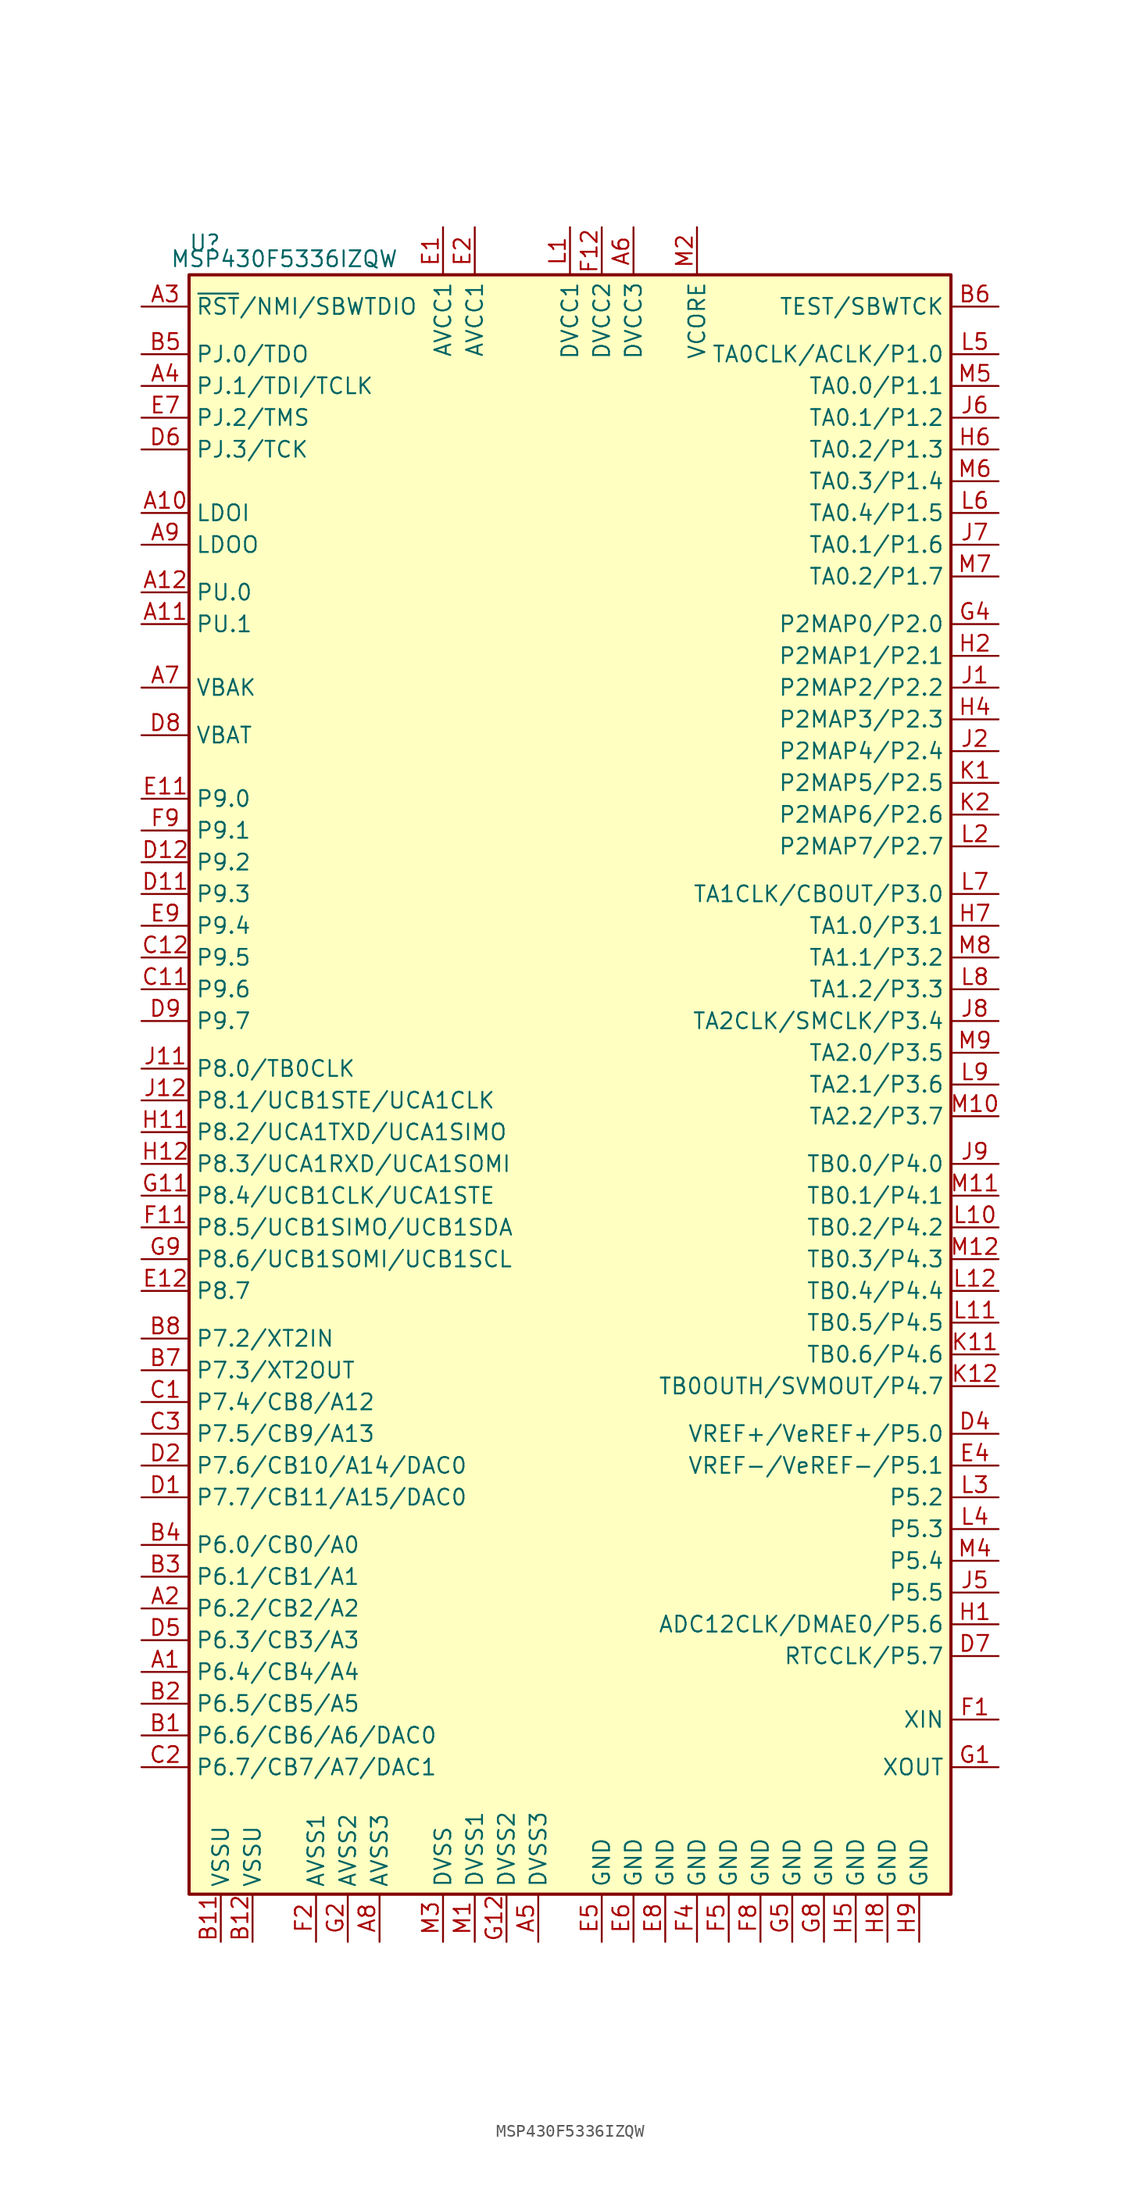
<source format=kicad_sym>
(kicad_symbol_lib
  (version 20211014)
  (generator kicad_symbol_editor)
  (symbol "MSP430F5336IZQW"
    (property "Reference" "U"
      (at -29.21 67.31 0)
      (effects (font (size 1.27 1.27))))
    (property "Value" "MSP430F5336IZQW"
      (at -22.86 66.04 0)
      (effects (font (size 1.27 1.27))))
    (symbol "MSP430F5336IZQW_0_1"
      (rectangle (start -30.48 64.77) (end 30.48 -64.77) (stroke (width 0.254) (type default) (color 0 0 0 0)) (fill (type background))))
    (symbol "MSP430F5336IZQW_1_1"
      (pin bidirectional line (at -34.29 -46.99 0) (length 3.81) (name "P6.4/CB4/A4" (effects (font (size 1.27 1.27)))) (number "A1" (effects (font (size 1.27 1.27)))))
      (pin bidirectional line (at -34.29 45.72 0) (length 3.81) (name "LDOI" (effects (font (size 1.27 1.27)))) (number "A10" (effects (font (size 1.27 1.27)))))
      (pin bidirectional line (at -34.29 36.83 0) (length 3.81) (name "PU.1" (effects (font (size 1.27 1.27)))) (number "A11" (effects (font (size 1.27 1.27)))))
      (pin bidirectional line (at -34.29 39.37 0) (length 3.81) (name "PU.0" (effects (font (size 1.27 1.27)))) (number "A12" (effects (font (size 1.27 1.27)))))
      (pin bidirectional line (at -34.29 -41.91 0) (length 3.81) (name "P6.2/CB2/A2" (effects (font (size 1.27 1.27)))) (number "A2" (effects (font (size 1.27 1.27)))))
      (pin input line (at -34.29 62.23 0) (length 3.81) (name "~{RST}/NMI/SBWTDIO" (effects (font (size 1.27 1.27)))) (number "A3" (effects (font (size 1.27 1.27)))))
      (pin bidirectional line (at -34.29 55.88 0) (length 3.81) (name "PJ.1/TDI/TCLK" (effects (font (size 1.27 1.27)))) (number "A4" (effects (font (size 1.27 1.27)))))
      (pin power_in line (at -2.54 -68.58 90) (length 3.81) (name "DVSS3" (effects (font (size 1.27 1.27)))) (number "A5" (effects (font (size 1.27 1.27)))))
      (pin power_in line (at 5.08 68.58 270) (length 3.81) (name "DVCC3" (effects (font (size 1.27 1.27)))) (number "A6" (effects (font (size 1.27 1.27)))))
      (pin bidirectional line (at -34.29 31.75 0) (length 3.81) (name "VBAK" (effects (font (size 1.27 1.27)))) (number "A7" (effects (font (size 1.27 1.27)))))
      (pin power_in line (at -15.24 -68.58 90) (length 3.81) (name "AVSS3" (effects (font (size 1.27 1.27)))) (number "A8" (effects (font (size 1.27 1.27)))))
      (pin bidirectional line (at -34.29 43.18 0) (length 3.81) (name "LDOO" (effects (font (size 1.27 1.27)))) (number "A9" (effects (font (size 1.27 1.27)))))
      (pin bidirectional line (at -34.29 -52.07 0) (length 3.81) (name "P6.6/CB6/A6/DAC0" (effects (font (size 1.27 1.27)))) (number "B1" (effects (font (size 1.27 1.27)))))
      (pin power_in line (at -27.94 -68.58 90) (length 3.81) (name "VSSU" (effects (font (size 1.27 1.27)))) (number "B11" (effects (font (size 1.27 1.27)))))
      (pin power_in line (at -25.4 -68.58 90) (length 3.81) (name "VSSU" (effects (font (size 1.27 1.27)))) (number "B12" (effects (font (size 1.27 1.27)))))
      (pin bidirectional line (at -34.29 -49.53 0) (length 3.81) (name "P6.5/CB5/A5" (effects (font (size 1.27 1.27)))) (number "B2" (effects (font (size 1.27 1.27)))))
      (pin bidirectional line (at -34.29 -39.37 0) (length 3.81) (name "P6.1/CB1/A1" (effects (font (size 1.27 1.27)))) (number "B3" (effects (font (size 1.27 1.27)))))
      (pin bidirectional line (at -34.29 -36.83 0) (length 3.81) (name "P6.0/CB0/A0" (effects (font (size 1.27 1.27)))) (number "B4" (effects (font (size 1.27 1.27)))))
      (pin bidirectional line (at -34.29 58.42 0) (length 3.81) (name "PJ.0/TDO" (effects (font (size 1.27 1.27)))) (number "B5" (effects (font (size 1.27 1.27)))))
      (pin input line (at 34.29 62.23 180) (length 3.81) (name "TEST/SBWTCK" (effects (font (size 1.27 1.27)))) (number "B6" (effects (font (size 1.27 1.27)))))
      (pin bidirectional line (at -34.29 -22.86 0) (length 3.81) (name "P7.3/XT2OUT" (effects (font (size 1.27 1.27)))) (number "B7" (effects (font (size 1.27 1.27)))))
      (pin bidirectional line (at -34.29 -20.32 0) (length 3.81) (name "P7.2/XT2IN" (effects (font (size 1.27 1.27)))) (number "B8" (effects (font (size 1.27 1.27)))))
      (pin bidirectional line (at -34.29 -25.4 0) (length 3.81) (name "P7.4/CB8/A12" (effects (font (size 1.27 1.27)))) (number "C1" (effects (font (size 1.27 1.27)))))
      (pin bidirectional line (at -34.29 7.62 0) (length 3.81) (name "P9.6" (effects (font (size 1.27 1.27)))) (number "C11" (effects (font (size 1.27 1.27)))))
      (pin bidirectional line (at -34.29 10.16 0) (length 3.81) (name "P9.5" (effects (font (size 1.27 1.27)))) (number "C12" (effects (font (size 1.27 1.27)))))
      (pin bidirectional line (at -34.29 -54.61 0) (length 3.81) (name "P6.7/CB7/A7/DAC1" (effects (font (size 1.27 1.27)))) (number "C2" (effects (font (size 1.27 1.27)))))
      (pin bidirectional line (at -34.29 -27.94 0) (length 3.81) (name "P7.5/CB9/A13" (effects (font (size 1.27 1.27)))) (number "C3" (effects (font (size 1.27 1.27)))))
      (pin bidirectional line (at -34.29 -33.02 0) (length 3.81) (name "P7.7/CB11/A15/DAC0" (effects (font (size 1.27 1.27)))) (number "D1" (effects (font (size 1.27 1.27)))))
      (pin bidirectional line (at -34.29 15.24 0) (length 3.81) (name "P9.3" (effects (font (size 1.27 1.27)))) (number "D11" (effects (font (size 1.27 1.27)))))
      (pin bidirectional line (at -34.29 17.78 0) (length 3.81) (name "P9.2" (effects (font (size 1.27 1.27)))) (number "D12" (effects (font (size 1.27 1.27)))))
      (pin bidirectional line (at -34.29 -30.48 0) (length 3.81) (name "P7.6/CB10/A14/DAC0" (effects (font (size 1.27 1.27)))) (number "D2" (effects (font (size 1.27 1.27)))))
      (pin bidirectional line (at 34.29 -27.94 180) (length 3.81) (name "VREF+/VeREF+/P5.0" (effects (font (size 1.27 1.27)))) (number "D4" (effects (font (size 1.27 1.27)))))
      (pin bidirectional line (at -34.29 -44.45 0) (length 3.81) (name "P6.3/CB3/A3" (effects (font (size 1.27 1.27)))) (number "D5" (effects (font (size 1.27 1.27)))))
      (pin bidirectional line (at -34.29 50.8 0) (length 3.81) (name "PJ.3/TCK" (effects (font (size 1.27 1.27)))) (number "D6" (effects (font (size 1.27 1.27)))))
      (pin bidirectional line (at 34.29 -45.72 180) (length 3.81) (name "RTCCLK/P5.7" (effects (font (size 1.27 1.27)))) (number "D7" (effects (font (size 1.27 1.27)))))
      (pin bidirectional line (at -34.29 27.94 0) (length 3.81) (name "VBAT" (effects (font (size 1.27 1.27)))) (number "D8" (effects (font (size 1.27 1.27)))))
      (pin bidirectional line (at -34.29 5.08 0) (length 3.81) (name "P9.7" (effects (font (size 1.27 1.27)))) (number "D9" (effects (font (size 1.27 1.27)))))
      (pin power_in line (at -10.16 68.58 270) (length 3.81) (name "AVCC1" (effects (font (size 1.27 1.27)))) (number "E1" (effects (font (size 1.27 1.27)))))
      (pin bidirectional line (at -34.29 22.86 0) (length 3.81) (name "P9.0" (effects (font (size 1.27 1.27)))) (number "E11" (effects (font (size 1.27 1.27)))))
      (pin bidirectional line (at -34.29 -16.51 0) (length 3.81) (name "P8.7" (effects (font (size 1.27 1.27)))) (number "E12" (effects (font (size 1.27 1.27)))))
      (pin power_in line (at -7.62 68.58 270) (length 3.81) (name "AVCC1" (effects (font (size 1.27 1.27)))) (number "E2" (effects (font (size 1.27 1.27)))))
      (pin bidirectional line (at 34.29 -30.48 180) (length 3.81) (name "VREF-/VeREF-/P5.1" (effects (font (size 1.27 1.27)))) (number "E4" (effects (font (size 1.27 1.27)))))
      (pin power_in line (at 2.54 -68.58 90) (length 3.81) (name "GND" (effects (font (size 1.27 1.27)))) (number "E5" (effects (font (size 1.27 1.27)))))
      (pin power_in line (at 5.08 -68.58 90) (length 3.81) (name "GND" (effects (font (size 1.27 1.27)))) (number "E6" (effects (font (size 1.27 1.27)))))
      (pin bidirectional line (at -34.29 53.34 0) (length 3.81) (name "PJ.2/TMS" (effects (font (size 1.27 1.27)))) (number "E7" (effects (font (size 1.27 1.27)))))
      (pin power_in line (at 7.62 -68.58 90) (length 3.81) (name "GND" (effects (font (size 1.27 1.27)))) (number "E8" (effects (font (size 1.27 1.27)))))
      (pin bidirectional line (at -34.29 12.7 0) (length 3.81) (name "P9.4" (effects (font (size 1.27 1.27)))) (number "E9" (effects (font (size 1.27 1.27)))))
      (pin bidirectional line (at 34.29 -50.8 180) (length 3.81) (name "XIN" (effects (font (size 1.27 1.27)))) (number "F1" (effects (font (size 1.27 1.27)))))
      (pin bidirectional line (at -34.29 -11.43 0) (length 3.81) (name "P8.5/UCB1SIMO/UCB1SDA" (effects (font (size 1.27 1.27)))) (number "F11" (effects (font (size 1.27 1.27)))))
      (pin power_in line (at 2.54 68.58 270) (length 3.81) (name "DVCC2" (effects (font (size 1.27 1.27)))) (number "F12" (effects (font (size 1.27 1.27)))))
      (pin power_in line (at -20.32 -68.58 90) (length 3.81) (name "AVSS1" (effects (font (size 1.27 1.27)))) (number "F2" (effects (font (size 1.27 1.27)))))
      (pin power_in line (at 10.16 -68.58 90) (length 3.81) (name "GND" (effects (font (size 1.27 1.27)))) (number "F4" (effects (font (size 1.27 1.27)))))
      (pin power_in line (at 12.7 -68.58 90) (length 3.81) (name "GND" (effects (font (size 1.27 1.27)))) (number "F5" (effects (font (size 1.27 1.27)))))
      (pin power_in line (at 15.24 -68.58 90) (length 3.81) (name "GND" (effects (font (size 1.27 1.27)))) (number "F8" (effects (font (size 1.27 1.27)))))
      (pin bidirectional line (at -34.29 20.32 0) (length 3.81) (name "P9.1" (effects (font (size 1.27 1.27)))) (number "F9" (effects (font (size 1.27 1.27)))))
      (pin bidirectional line (at 34.29 -54.61 180) (length 3.81) (name "XOUT" (effects (font (size 1.27 1.27)))) (number "G1" (effects (font (size 1.27 1.27)))))
      (pin bidirectional line (at -34.29 -8.89 0) (length 3.81) (name "P8.4/UCB1CLK/UCA1STE" (effects (font (size 1.27 1.27)))) (number "G11" (effects (font (size 1.27 1.27)))))
      (pin power_in line (at -5.08 -68.58 90) (length 3.81) (name "DVSS2" (effects (font (size 1.27 1.27)))) (number "G12" (effects (font (size 1.27 1.27)))))
      (pin power_in line (at -17.78 -68.58 90) (length 3.81) (name "AVSS2" (effects (font (size 1.27 1.27)))) (number "G2" (effects (font (size 1.27 1.27)))))
      (pin bidirectional line (at 34.29 36.83 180) (length 3.81) (name "P2MAP0/P2.0" (effects (font (size 1.27 1.27)))) (number "G4" (effects (font (size 1.27 1.27)))))
      (pin power_in line (at 17.78 -68.58 90) (length 3.81) (name "GND" (effects (font (size 1.27 1.27)))) (number "G5" (effects (font (size 1.27 1.27)))))
      (pin power_in line (at 20.32 -68.58 90) (length 3.81) (name "GND" (effects (font (size 1.27 1.27)))) (number "G8" (effects (font (size 1.27 1.27)))))
      (pin bidirectional line (at -34.29 -13.97 0) (length 3.81) (name "P8.6/UCB1SOMI/UCB1SCL" (effects (font (size 1.27 1.27)))) (number "G9" (effects (font (size 1.27 1.27)))))
      (pin bidirectional line (at 34.29 -43.18 180) (length 3.81) (name "ADC12CLK/DMAE0/P5.6" (effects (font (size 1.27 1.27)))) (number "H1" (effects (font (size 1.27 1.27)))))
      (pin bidirectional line (at -34.29 -3.81 0) (length 3.81) (name "P8.2/UCA1TXD/UCA1SIMO" (effects (font (size 1.27 1.27)))) (number "H11" (effects (font (size 1.27 1.27)))))
      (pin bidirectional line (at -34.29 -6.35 0) (length 3.81) (name "P8.3/UCA1RXD/UCA1SOMI" (effects (font (size 1.27 1.27)))) (number "H12" (effects (font (size 1.27 1.27)))))
      (pin bidirectional line (at 34.29 34.29 180) (length 3.81) (name "P2MAP1/P2.1" (effects (font (size 1.27 1.27)))) (number "H2" (effects (font (size 1.27 1.27)))))
      (pin bidirectional line (at 34.29 29.21 180) (length 3.81) (name "P2MAP3/P2.3" (effects (font (size 1.27 1.27)))) (number "H4" (effects (font (size 1.27 1.27)))))
      (pin power_in line (at 22.86 -68.58 90) (length 3.81) (name "GND" (effects (font (size 1.27 1.27)))) (number "H5" (effects (font (size 1.27 1.27)))))
      (pin bidirectional line (at 34.29 50.8 180) (length 3.81) (name "TA0.2/P1.3" (effects (font (size 1.27 1.27)))) (number "H6" (effects (font (size 1.27 1.27)))))
      (pin bidirectional line (at 34.29 12.7 180) (length 3.81) (name "TA1.0/P3.1" (effects (font (size 1.27 1.27)))) (number "H7" (effects (font (size 1.27 1.27)))))
      (pin power_in line (at 25.4 -68.58 90) (length 3.81) (name "GND" (effects (font (size 1.27 1.27)))) (number "H8" (effects (font (size 1.27 1.27)))))
      (pin power_in line (at 27.94 -68.58 90) (length 3.81) (name "GND" (effects (font (size 1.27 1.27)))) (number "H9" (effects (font (size 1.27 1.27)))))
      (pin bidirectional line (at 34.29 31.75 180) (length 3.81) (name "P2MAP2/P2.2" (effects (font (size 1.27 1.27)))) (number "J1" (effects (font (size 1.27 1.27)))))
      (pin bidirectional line (at -34.29 1.27 0) (length 3.81) (name "P8.0/TB0CLK" (effects (font (size 1.27 1.27)))) (number "J11" (effects (font (size 1.27 1.27)))))
      (pin bidirectional line (at -34.29 -1.27 0) (length 3.81) (name "P8.1/UCB1STE/UCA1CLK" (effects (font (size 1.27 1.27)))) (number "J12" (effects (font (size 1.27 1.27)))))
      (pin bidirectional line (at 34.29 26.67 180) (length 3.81) (name "P2MAP4/P2.4" (effects (font (size 1.27 1.27)))) (number "J2" (effects (font (size 1.27 1.27)))))
      (pin bidirectional line (at 34.29 -40.64 180) (length 3.81) (name "P5.5" (effects (font (size 1.27 1.27)))) (number "J5" (effects (font (size 1.27 1.27)))))
      (pin bidirectional line (at 34.29 53.34 180) (length 3.81) (name "TA0.1/P1.2" (effects (font (size 1.27 1.27)))) (number "J6" (effects (font (size 1.27 1.27)))))
      (pin bidirectional line (at 34.29 43.18 180) (length 3.81) (name "TA0.1/P1.6" (effects (font (size 1.27 1.27)))) (number "J7" (effects (font (size 1.27 1.27)))))
      (pin bidirectional line (at 34.29 5.08 180) (length 3.81) (name "TA2CLK/SMCLK/P3.4" (effects (font (size 1.27 1.27)))) (number "J8" (effects (font (size 1.27 1.27)))))
      (pin bidirectional line (at 34.29 -6.35 180) (length 3.81) (name "TB0.0/P4.0" (effects (font (size 1.27 1.27)))) (number "J9" (effects (font (size 1.27 1.27)))))
      (pin bidirectional line (at 34.29 24.13 180) (length 3.81) (name "P2MAP5/P2.5" (effects (font (size 1.27 1.27)))) (number "K1" (effects (font (size 1.27 1.27)))))
      (pin bidirectional line (at 34.29 -21.59 180) (length 3.81) (name "TB0.6/P4.6" (effects (font (size 1.27 1.27)))) (number "K11" (effects (font (size 1.27 1.27)))))
      (pin bidirectional line (at 34.29 -24.13 180) (length 3.81) (name "TB0OUTH/SVMOUT/P4.7" (effects (font (size 1.27 1.27)))) (number "K12" (effects (font (size 1.27 1.27)))))
      (pin bidirectional line (at 34.29 21.59 180) (length 3.81) (name "P2MAP6/P2.6" (effects (font (size 1.27 1.27)))) (number "K2" (effects (font (size 1.27 1.27)))))
      (pin power_in line (at 0 68.58 270) (length 3.81) (name "DVCC1" (effects (font (size 1.27 1.27)))) (number "L1" (effects (font (size 1.27 1.27)))))
      (pin bidirectional line (at 34.29 -11.43 180) (length 3.81) (name "TB0.2/P4.2" (effects (font (size 1.27 1.27)))) (number "L10" (effects (font (size 1.27 1.27)))))
      (pin bidirectional line (at 34.29 -19.05 180) (length 3.81) (name "TB0.5/P4.5" (effects (font (size 1.27 1.27)))) (number "L11" (effects (font (size 1.27 1.27)))))
      (pin bidirectional line (at 34.29 -16.51 180) (length 3.81) (name "TB0.4/P4.4" (effects (font (size 1.27 1.27)))) (number "L12" (effects (font (size 1.27 1.27)))))
      (pin bidirectional line (at 34.29 19.05 180) (length 3.81) (name "P2MAP7/P2.7" (effects (font (size 1.27 1.27)))) (number "L2" (effects (font (size 1.27 1.27)))))
      (pin bidirectional line (at 34.29 -33.02 180) (length 3.81) (name "P5.2" (effects (font (size 1.27 1.27)))) (number "L3" (effects (font (size 1.27 1.27)))))
      (pin bidirectional line (at 34.29 -35.56 180) (length 3.81) (name "P5.3" (effects (font (size 1.27 1.27)))) (number "L4" (effects (font (size 1.27 1.27)))))
      (pin bidirectional line (at 34.29 58.42 180) (length 3.81) (name "TA0CLK/ACLK/P1.0" (effects (font (size 1.27 1.27)))) (number "L5" (effects (font (size 1.27 1.27)))))
      (pin bidirectional line (at 34.29 45.72 180) (length 3.81) (name "TA0.4/P1.5" (effects (font (size 1.27 1.27)))) (number "L6" (effects (font (size 1.27 1.27)))))
      (pin bidirectional line (at 34.29 15.24 180) (length 3.81) (name "TA1CLK/CBOUT/P3.0" (effects (font (size 1.27 1.27)))) (number "L7" (effects (font (size 1.27 1.27)))))
      (pin bidirectional line (at 34.29 7.62 180) (length 3.81) (name "TA1.2/P3.3" (effects (font (size 1.27 1.27)))) (number "L8" (effects (font (size 1.27 1.27)))))
      (pin bidirectional line (at 34.29 0 180) (length 3.81) (name "TA2.1/P3.6" (effects (font (size 1.27 1.27)))) (number "L9" (effects (font (size 1.27 1.27)))))
      (pin power_in line (at -7.62 -68.58 90) (length 3.81) (name "DVSS1" (effects (font (size 1.27 1.27)))) (number "M1" (effects (font (size 1.27 1.27)))))
      (pin bidirectional line (at 34.29 -2.54 180) (length 3.81) (name "TA2.2/P3.7" (effects (font (size 1.27 1.27)))) (number "M10" (effects (font (size 1.27 1.27)))))
      (pin bidirectional line (at 34.29 -8.89 180) (length 3.81) (name "TB0.1/P4.1" (effects (font (size 1.27 1.27)))) (number "M11" (effects (font (size 1.27 1.27)))))
      (pin bidirectional line (at 34.29 -13.97 180) (length 3.81) (name "TB0.3/P4.3" (effects (font (size 1.27 1.27)))) (number "M12" (effects (font (size 1.27 1.27)))))
      (pin bidirectional line (at 10.16 68.58 270) (length 3.81) (name "VCORE" (effects (font (size 1.27 1.27)))) (number "M2" (effects (font (size 1.27 1.27)))))
      (pin power_in line (at -10.16 -68.58 90) (length 3.81) (name "DVSS" (effects (font (size 1.27 1.27)))) (number "M3" (effects (font (size 1.27 1.27)))))
      (pin bidirectional line (at 34.29 -38.1 180) (length 3.81) (name "P5.4" (effects (font (size 1.27 1.27)))) (number "M4" (effects (font (size 1.27 1.27)))))
      (pin bidirectional line (at 34.29 55.88 180) (length 3.81) (name "TA0.0/P1.1" (effects (font (size 1.27 1.27)))) (number "M5" (effects (font (size 1.27 1.27)))))
      (pin bidirectional line (at 34.29 48.26 180) (length 3.81) (name "TA0.3/P1.4" (effects (font (size 1.27 1.27)))) (number "M6" (effects (font (size 1.27 1.27)))))
      (pin bidirectional line (at 34.29 40.64 180) (length 3.81) (name "TA0.2/P1.7" (effects (font (size 1.27 1.27)))) (number "M7" (effects (font (size 1.27 1.27)))))
      (pin bidirectional line (at 34.29 10.16 180) (length 3.81) (name "TA1.1/P3.2" (effects (font (size 1.27 1.27)))) (number "M8" (effects (font (size 1.27 1.27)))))
      (pin bidirectional line (at 34.29 2.54 180) (length 3.81) (name "TA2.0/P3.5" (effects (font (size 1.27 1.27)))) (number "M9" (effects (font (size 1.27 1.27))))))))
</source>
